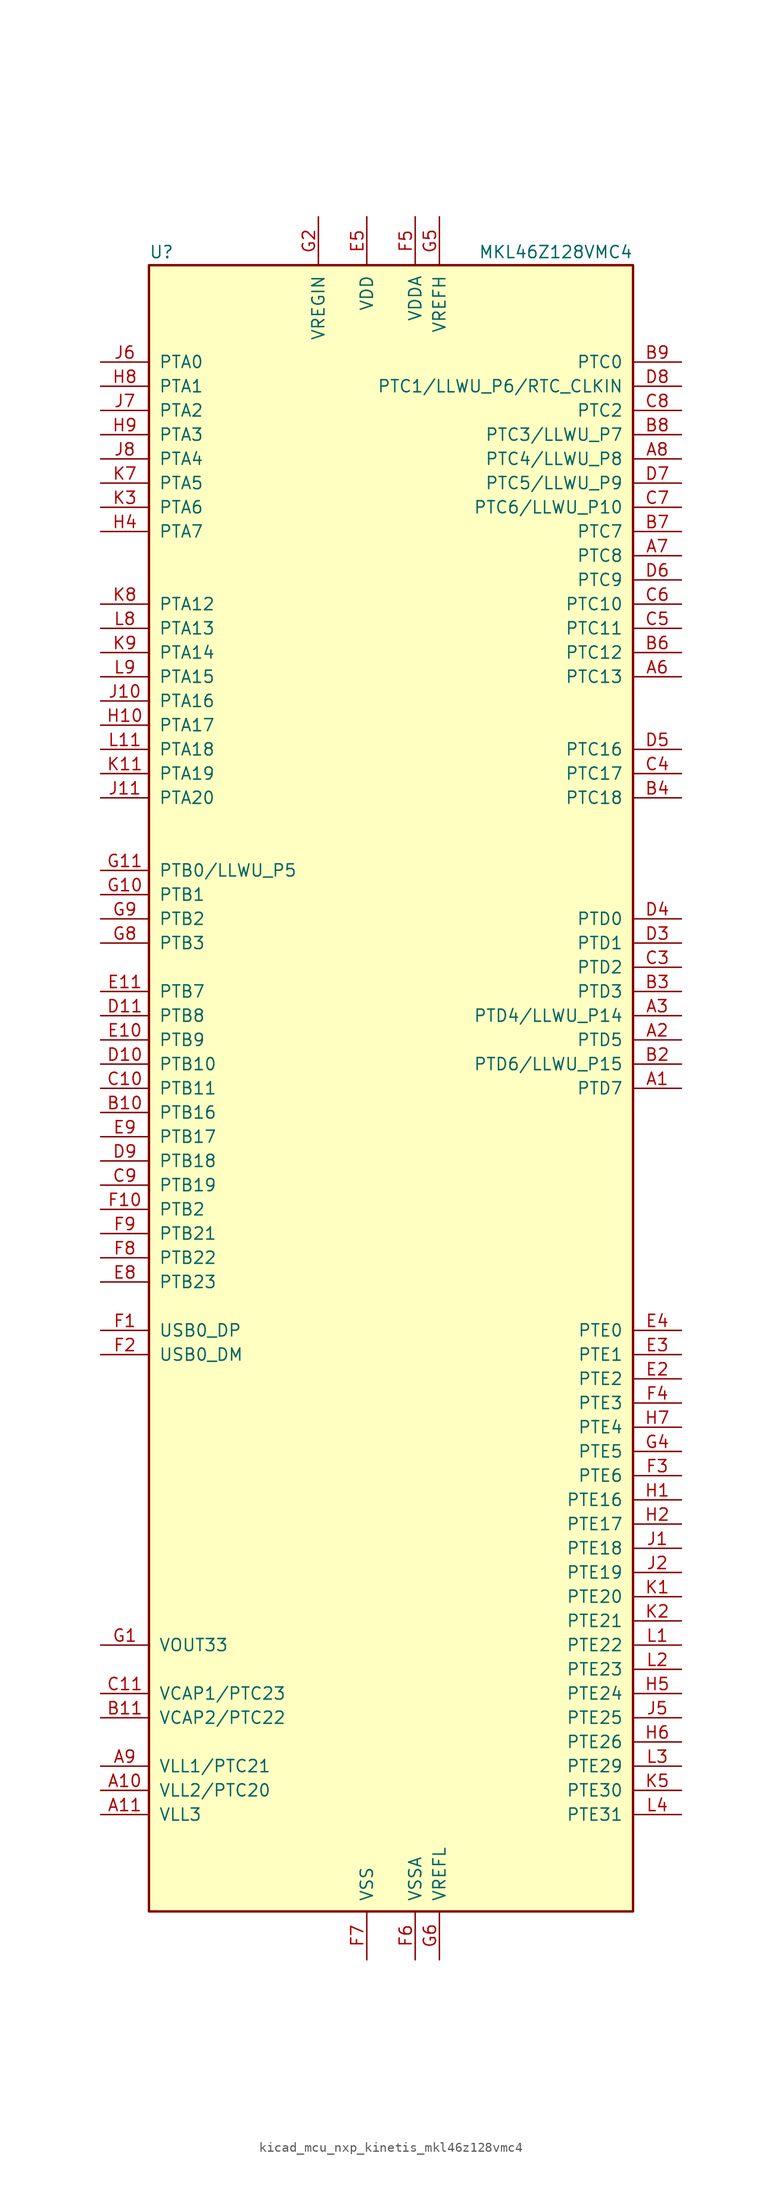
<source format=kicad_sym>
(kicad_symbol_lib
  (version 20220914)
  (generator kicad_symbol_editor)
  (symbol "kicad_mcu_nxp_kinetis_mkl46z128vmc4"
    (pin_names
      (offset 1.016))
    (property "Reference" "U"
      (at -25.4 86.995 0)
      (effects (font (size 1.27 1.27)) (justify left bottom)))
    (property "Value" "MKL46Z128VMC4"
      (at 25.4 86.995 0)
      (effects (font (size 1.27 1.27)) (justify right bottom)))
    (symbol "kicad_mcu_nxp_kinetis_mkl46z128vmc4_0_1"
      (rectangle (start -25.4 86.36) (end 25.4 -86.36) (stroke (width 0.254) (type default)) (fill (type background))))
    (symbol "kicad_mcu_nxp_kinetis_mkl46z128vmc4_1_1"
      (pin bidirectional line (at 30.48 0 180) (length 5.08) (name "PTD7" (effects (font (size 1.27 1.27)))) (number "A1" (effects (font (size 1.27 1.27)))))
      (pin power_out line (at -30.48 -73.66 0) (length 5.08) (name "VLL2/PTC20" (effects (font (size 1.27 1.27)))) (number "A10" (effects (font (size 1.27 1.27)))))
      (pin power_out line (at -30.48 -76.2 0) (length 5.08) (name "VLL3" (effects (font (size 1.27 1.27)))) (number "A11" (effects (font (size 1.27 1.27)))))
      (pin bidirectional line (at 30.48 5.08 180) (length 5.08) (name "PTD5" (effects (font (size 1.27 1.27)))) (number "A2" (effects (font (size 1.27 1.27)))))
      (pin bidirectional line (at 30.48 7.62 180) (length 5.08) (name "PTD4/LLWU_P14" (effects (font (size 1.27 1.27)))) (number "A3" (effects (font (size 1.27 1.27)))))
      (pin no_connect line (at 25.4 27.94 180) (length 5.08) hide (name "NC" (effects (font (size 1.27 1.27)))) (number "A4" (effects (font (size 1.27 1.27)))))
      (pin no_connect line (at 25.4 40.64 180) (length 5.08) hide (name "NC" (effects (font (size 1.27 1.27)))) (number "A5" (effects (font (size 1.27 1.27)))))
      (pin bidirectional line (at 30.48 43.18 180) (length 5.08) (name "PTC13" (effects (font (size 1.27 1.27)))) (number "A6" (effects (font (size 1.27 1.27)))))
      (pin bidirectional line (at 30.48 55.88 180) (length 5.08) (name "PTC8" (effects (font (size 1.27 1.27)))) (number "A7" (effects (font (size 1.27 1.27)))))
      (pin bidirectional line (at 30.48 66.04 180) (length 5.08) (name "PTC4/LLWU_P8" (effects (font (size 1.27 1.27)))) (number "A8" (effects (font (size 1.27 1.27)))))
      (pin power_out line (at -30.48 -71.12 0) (length 5.08) (name "VLL1/PTC21" (effects (font (size 1.27 1.27)))) (number "A9" (effects (font (size 1.27 1.27)))))
      (pin no_connect line (at 25.4 -7.62 180) (length 5.08) hide (name "NC" (effects (font (size 1.27 1.27)))) (number "B1" (effects (font (size 1.27 1.27)))))
      (pin bidirectional line (at -30.48 -2.54 0) (length 5.08) (name "PTB16" (effects (font (size 1.27 1.27)))) (number "B10" (effects (font (size 1.27 1.27)))))
      (pin passive line (at -30.48 -66.04 0) (length 5.08) (name "VCAP2/PTC22" (effects (font (size 1.27 1.27)))) (number "B11" (effects (font (size 1.27 1.27)))))
      (pin bidirectional line (at 30.48 2.54 180) (length 5.08) (name "PTD6/LLWU_P15" (effects (font (size 1.27 1.27)))) (number "B2" (effects (font (size 1.27 1.27)))))
      (pin bidirectional line (at 30.48 10.16 180) (length 5.08) (name "PTD3" (effects (font (size 1.27 1.27)))) (number "B3" (effects (font (size 1.27 1.27)))))
      (pin bidirectional line (at 30.48 30.48 180) (length 5.08) (name "PTC18" (effects (font (size 1.27 1.27)))) (number "B4" (effects (font (size 1.27 1.27)))))
      (pin no_connect line (at 25.4 38.1 180) (length 5.08) hide (name "NC" (effects (font (size 1.27 1.27)))) (number "B5" (effects (font (size 1.27 1.27)))))
      (pin bidirectional line (at 30.48 45.72 180) (length 5.08) (name "PTC12" (effects (font (size 1.27 1.27)))) (number "B6" (effects (font (size 1.27 1.27)))))
      (pin bidirectional line (at 30.48 58.42 180) (length 5.08) (name "PTC7" (effects (font (size 1.27 1.27)))) (number "B7" (effects (font (size 1.27 1.27)))))
      (pin bidirectional line (at 30.48 68.58 180) (length 5.08) (name "PTC3/LLWU_P7" (effects (font (size 1.27 1.27)))) (number "B8" (effects (font (size 1.27 1.27)))))
      (pin bidirectional line (at 30.48 76.2 180) (length 5.08) (name "PTC0" (effects (font (size 1.27 1.27)))) (number "B9" (effects (font (size 1.27 1.27)))))
      (pin no_connect line (at 25.4 -12.7 180) (length 5.08) hide (name "NC" (effects (font (size 1.27 1.27)))) (number "C1" (effects (font (size 1.27 1.27)))))
      (pin bidirectional line (at -30.48 0 0) (length 5.08) (name "PTB11" (effects (font (size 1.27 1.27)))) (number "C10" (effects (font (size 1.27 1.27)))))
      (pin passive line (at -30.48 -63.5 0) (length 5.08) (name "VCAP1/PTC23" (effects (font (size 1.27 1.27)))) (number "C11" (effects (font (size 1.27 1.27)))))
      (pin no_connect line (at 25.4 -10.16 180) (length 5.08) hide (name "NC" (effects (font (size 1.27 1.27)))) (number "C2" (effects (font (size 1.27 1.27)))))
      (pin bidirectional line (at 30.48 12.7 180) (length 5.08) (name "PTD2" (effects (font (size 1.27 1.27)))) (number "C3" (effects (font (size 1.27 1.27)))))
      (pin bidirectional line (at 30.48 33.02 180) (length 5.08) (name "PTC17" (effects (font (size 1.27 1.27)))) (number "C4" (effects (font (size 1.27 1.27)))))
      (pin bidirectional line (at 30.48 48.26 180) (length 5.08) (name "PTC11" (effects (font (size 1.27 1.27)))) (number "C5" (effects (font (size 1.27 1.27)))))
      (pin bidirectional line (at 30.48 50.8 180) (length 5.08) (name "PTC10" (effects (font (size 1.27 1.27)))) (number "C6" (effects (font (size 1.27 1.27)))))
      (pin bidirectional line (at 30.48 60.96 180) (length 5.08) (name "PTC6/LLWU_P10" (effects (font (size 1.27 1.27)))) (number "C7" (effects (font (size 1.27 1.27)))))
      (pin bidirectional line (at 30.48 71.12 180) (length 5.08) (name "PTC2" (effects (font (size 1.27 1.27)))) (number "C8" (effects (font (size 1.27 1.27)))))
      (pin bidirectional line (at -30.48 -10.16 0) (length 5.08) (name "PTB19" (effects (font (size 1.27 1.27)))) (number "C9" (effects (font (size 1.27 1.27)))))
      (pin no_connect line (at 25.4 -17.78 180) (length 5.08) hide (name "NC" (effects (font (size 1.27 1.27)))) (number "D1" (effects (font (size 1.27 1.27)))))
      (pin bidirectional line (at -30.48 2.54 0) (length 5.08) (name "PTB10" (effects (font (size 1.27 1.27)))) (number "D10" (effects (font (size 1.27 1.27)))))
      (pin bidirectional line (at -30.48 7.62 0) (length 5.08) (name "PTB8" (effects (font (size 1.27 1.27)))) (number "D11" (effects (font (size 1.27 1.27)))))
      (pin no_connect line (at 25.4 -15.24 180) (length 5.08) hide (name "NC" (effects (font (size 1.27 1.27)))) (number "D2" (effects (font (size 1.27 1.27)))))
      (pin bidirectional line (at 30.48 15.24 180) (length 5.08) (name "PTD1" (effects (font (size 1.27 1.27)))) (number "D3" (effects (font (size 1.27 1.27)))))
      (pin bidirectional line (at 30.48 17.78 180) (length 5.08) (name "PTD0" (effects (font (size 1.27 1.27)))) (number "D4" (effects (font (size 1.27 1.27)))))
      (pin bidirectional line (at 30.48 35.56 180) (length 5.08) (name "PTC16" (effects (font (size 1.27 1.27)))) (number "D5" (effects (font (size 1.27 1.27)))))
      (pin bidirectional line (at 30.48 53.34 180) (length 5.08) (name "PTC9" (effects (font (size 1.27 1.27)))) (number "D6" (effects (font (size 1.27 1.27)))))
      (pin bidirectional line (at 30.48 63.5 180) (length 5.08) (name "PTC5/LLWU_P9" (effects (font (size 1.27 1.27)))) (number "D7" (effects (font (size 1.27 1.27)))))
      (pin bidirectional line (at 30.48 73.66 180) (length 5.08) (name "PTC1/LLWU_P6/RTC_CLKIN" (effects (font (size 1.27 1.27)))) (number "D8" (effects (font (size 1.27 1.27)))))
      (pin bidirectional line (at -30.48 -7.62 0) (length 5.08) (name "PTB18" (effects (font (size 1.27 1.27)))) (number "D9" (effects (font (size 1.27 1.27)))))
      (pin no_connect line (at 25.4 -20.32 180) (length 5.08) hide (name "NC" (effects (font (size 1.27 1.27)))) (number "E1" (effects (font (size 1.27 1.27)))))
      (pin bidirectional line (at -30.48 5.08 0) (length 5.08) (name "PTB9" (effects (font (size 1.27 1.27)))) (number "E10" (effects (font (size 1.27 1.27)))))
      (pin bidirectional line (at -30.48 10.16 0) (length 5.08) (name "PTB7" (effects (font (size 1.27 1.27)))) (number "E11" (effects (font (size 1.27 1.27)))))
      (pin bidirectional line (at 30.48 -30.48 180) (length 5.08) (name "PTE2" (effects (font (size 1.27 1.27)))) (number "E2" (effects (font (size 1.27 1.27)))))
      (pin bidirectional line (at 30.48 -27.94 180) (length 5.08) (name "PTE1" (effects (font (size 1.27 1.27)))) (number "E3" (effects (font (size 1.27 1.27)))))
      (pin bidirectional line (at 30.48 -25.4 180) (length 5.08) (name "PTE0" (effects (font (size 1.27 1.27)))) (number "E4" (effects (font (size 1.27 1.27)))))
      (pin power_in line (at -2.54 91.44 270) (length 5.08) (name "VDD" (effects (font (size 1.27 1.27)))) (number "E5" (effects (font (size 1.27 1.27)))))
      (pin passive line (at -2.54 91.44 270) (length 5.08) hide (name "VDD" (effects (font (size 1.27 1.27)))) (number "E6" (effects (font (size 1.27 1.27)))))
      (pin passive line (at -2.54 91.44 270) (length 5.08) hide (name "VDD" (effects (font (size 1.27 1.27)))) (number "E7" (effects (font (size 1.27 1.27)))))
      (pin bidirectional line (at -30.48 -20.32 0) (length 5.08) (name "PTB23" (effects (font (size 1.27 1.27)))) (number "E8" (effects (font (size 1.27 1.27)))))
      (pin bidirectional line (at -30.48 -5.08 0) (length 5.08) (name "PTB17" (effects (font (size 1.27 1.27)))) (number "E9" (effects (font (size 1.27 1.27)))))
      (pin bidirectional line (at -30.48 -25.4 0) (length 5.08) (name "USB0_DP" (effects (font (size 1.27 1.27)))) (number "F1" (effects (font (size 1.27 1.27)))))
      (pin bidirectional line (at -30.48 -12.7 0) (length 5.08) (name "PTB2" (effects (font (size 1.27 1.27)))) (number "F10" (effects (font (size 1.27 1.27)))))
      (pin no_connect line (at -25.4 12.7 0) (length 5.08) hide (name "NC" (effects (font (size 1.27 1.27)))) (number "F11" (effects (font (size 1.27 1.27)))))
      (pin bidirectional line (at -30.48 -27.94 0) (length 5.08) (name "USB0_DM" (effects (font (size 1.27 1.27)))) (number "F2" (effects (font (size 1.27 1.27)))))
      (pin bidirectional line (at 30.48 -40.64 180) (length 5.08) (name "PTE6" (effects (font (size 1.27 1.27)))) (number "F3" (effects (font (size 1.27 1.27)))))
      (pin bidirectional line (at 30.48 -33.02 180) (length 5.08) (name "PTE3" (effects (font (size 1.27 1.27)))) (number "F4" (effects (font (size 1.27 1.27)))))
      (pin power_in line (at 2.54 91.44 270) (length 5.08) (name "VDDA" (effects (font (size 1.27 1.27)))) (number "F5" (effects (font (size 1.27 1.27)))))
      (pin power_in line (at 2.54 -91.44 90) (length 5.08) (name "VSSA" (effects (font (size 1.27 1.27)))) (number "F6" (effects (font (size 1.27 1.27)))))
      (pin power_in line (at -2.54 -91.44 90) (length 5.08) (name "VSS" (effects (font (size 1.27 1.27)))) (number "F7" (effects (font (size 1.27 1.27)))))
      (pin bidirectional line (at -30.48 -17.78 0) (length 5.08) (name "PTB22" (effects (font (size 1.27 1.27)))) (number "F8" (effects (font (size 1.27 1.27)))))
      (pin bidirectional line (at -30.48 -15.24 0) (length 5.08) (name "PTB21" (effects (font (size 1.27 1.27)))) (number "F9" (effects (font (size 1.27 1.27)))))
      (pin power_out line (at -30.48 -58.42 0) (length 5.08) (name "VOUT33" (effects (font (size 1.27 1.27)))) (number "G1" (effects (font (size 1.27 1.27)))))
      (pin bidirectional line (at -30.48 20.32 0) (length 5.08) (name "PTB1" (effects (font (size 1.27 1.27)))) (number "G10" (effects (font (size 1.27 1.27)))))
      (pin bidirectional line (at -30.48 22.86 0) (length 5.08) (name "PTB0/LLWU_P5" (effects (font (size 1.27 1.27)))) (number "G11" (effects (font (size 1.27 1.27)))))
      (pin power_in line (at -7.62 91.44 270) (length 5.08) (name "VREGIN" (effects (font (size 1.27 1.27)))) (number "G2" (effects (font (size 1.27 1.27)))))
      (pin passive line (at -2.54 -91.44 90) (length 5.08) hide (name "VSS" (effects (font (size 1.27 1.27)))) (number "G3" (effects (font (size 1.27 1.27)))))
      (pin bidirectional line (at 30.48 -38.1 180) (length 5.08) (name "PTE5" (effects (font (size 1.27 1.27)))) (number "G4" (effects (font (size 1.27 1.27)))))
      (pin power_in line (at 5.08 91.44 270) (length 5.08) (name "VREFH" (effects (font (size 1.27 1.27)))) (number "G5" (effects (font (size 1.27 1.27)))))
      (pin power_in line (at 5.08 -91.44 90) (length 5.08) (name "VREFL" (effects (font (size 1.27 1.27)))) (number "G6" (effects (font (size 1.27 1.27)))))
      (pin passive line (at -2.54 -91.44 90) (length 5.08) hide (name "VSS" (effects (font (size 1.27 1.27)))) (number "G7" (effects (font (size 1.27 1.27)))))
      (pin bidirectional line (at -30.48 15.24 0) (length 5.08) (name "PTB3" (effects (font (size 1.27 1.27)))) (number "G8" (effects (font (size 1.27 1.27)))))
      (pin bidirectional line (at -30.48 17.78 0) (length 5.08) (name "PTB2" (effects (font (size 1.27 1.27)))) (number "G9" (effects (font (size 1.27 1.27)))))
      (pin bidirectional line (at 30.48 -43.18 180) (length 5.08) (name "PTE16" (effects (font (size 1.27 1.27)))) (number "H1" (effects (font (size 1.27 1.27)))))
      (pin bidirectional line (at -30.48 38.1 0) (length 5.08) (name "PTA17" (effects (font (size 1.27 1.27)))) (number "H10" (effects (font (size 1.27 1.27)))))
      (pin no_connect line (at -25.4 27.94 0) (length 5.08) hide (name "NC" (effects (font (size 1.27 1.27)))) (number "H11" (effects (font (size 1.27 1.27)))))
      (pin bidirectional line (at 30.48 -45.72 180) (length 5.08) (name "PTE17" (effects (font (size 1.27 1.27)))) (number "H2" (effects (font (size 1.27 1.27)))))
      (pin no_connect line (at -25.4 -45.72 0) (length 5.08) hide (name "NC" (effects (font (size 1.27 1.27)))) (number "H3" (effects (font (size 1.27 1.27)))))
      (pin bidirectional line (at -30.48 58.42 0) (length 5.08) (name "PTA7" (effects (font (size 1.27 1.27)))) (number "H4" (effects (font (size 1.27 1.27)))))
      (pin bidirectional line (at 30.48 -63.5 180) (length 5.08) (name "PTE24" (effects (font (size 1.27 1.27)))) (number "H5" (effects (font (size 1.27 1.27)))))
      (pin bidirectional line (at 30.48 -68.58 180) (length 5.08) (name "PTE26" (effects (font (size 1.27 1.27)))) (number "H6" (effects (font (size 1.27 1.27)))))
      (pin bidirectional line (at 30.48 -35.56 180) (length 5.08) (name "PTE4" (effects (font (size 1.27 1.27)))) (number "H7" (effects (font (size 1.27 1.27)))))
      (pin bidirectional line (at -30.48 73.66 0) (length 5.08) (name "PTA1" (effects (font (size 1.27 1.27)))) (number "H8" (effects (font (size 1.27 1.27)))))
      (pin bidirectional line (at -30.48 68.58 0) (length 5.08) (name "PTA3" (effects (font (size 1.27 1.27)))) (number "H9" (effects (font (size 1.27 1.27)))))
      (pin bidirectional line (at 30.48 -48.26 180) (length 5.08) (name "PTE18" (effects (font (size 1.27 1.27)))) (number "J1" (effects (font (size 1.27 1.27)))))
      (pin bidirectional line (at -30.48 40.64 0) (length 5.08) (name "PTA16" (effects (font (size 1.27 1.27)))) (number "J10" (effects (font (size 1.27 1.27)))))
      (pin bidirectional line (at -30.48 30.48 0) (length 5.08) (name "PTA20" (effects (font (size 1.27 1.27)))) (number "J11" (effects (font (size 1.27 1.27)))))
      (pin bidirectional line (at 30.48 -50.8 180) (length 5.08) (name "PTE19" (effects (font (size 1.27 1.27)))) (number "J2" (effects (font (size 1.27 1.27)))))
      (pin no_connect line (at -25.4 -48.26 0) (length 5.08) hide (name "NC" (effects (font (size 1.27 1.27)))) (number "J3" (effects (font (size 1.27 1.27)))))
      (pin no_connect line (at -25.4 53.34 0) (length 5.08) hide (name "NC" (effects (font (size 1.27 1.27)))) (number "J4" (effects (font (size 1.27 1.27)))))
      (pin bidirectional line (at 30.48 -66.04 180) (length 5.08) (name "PTE25" (effects (font (size 1.27 1.27)))) (number "J5" (effects (font (size 1.27 1.27)))))
      (pin bidirectional line (at -30.48 76.2 0) (length 5.08) (name "PTA0" (effects (font (size 1.27 1.27)))) (number "J6" (effects (font (size 1.27 1.27)))))
      (pin bidirectional line (at -30.48 71.12 0) (length 5.08) (name "PTA2" (effects (font (size 1.27 1.27)))) (number "J7" (effects (font (size 1.27 1.27)))))
      (pin bidirectional line (at -30.48 66.04 0) (length 5.08) (name "PTA4" (effects (font (size 1.27 1.27)))) (number "J8" (effects (font (size 1.27 1.27)))))
      (pin no_connect line (at -25.4 55.88 0) (length 5.08) hide (name "NC" (effects (font (size 1.27 1.27)))) (number "J9" (effects (font (size 1.27 1.27)))))
      (pin bidirectional line (at 30.48 -53.34 180) (length 5.08) (name "PTE20" (effects (font (size 1.27 1.27)))) (number "K1" (effects (font (size 1.27 1.27)))))
      (pin passive line (at -2.54 -91.44 90) (length 5.08) hide (name "VSS" (effects (font (size 1.27 1.27)))) (number "K10" (effects (font (size 1.27 1.27)))))
      (pin bidirectional line (at -30.48 33.02 0) (length 5.08) (name "PTA19" (effects (font (size 1.27 1.27)))) (number "K11" (effects (font (size 1.27 1.27)))))
      (pin bidirectional line (at 30.48 -55.88 180) (length 5.08) (name "PTE21" (effects (font (size 1.27 1.27)))) (number "K2" (effects (font (size 1.27 1.27)))))
      (pin bidirectional line (at -30.48 60.96 0) (length 5.08) (name "PTA6" (effects (font (size 1.27 1.27)))) (number "K3" (effects (font (size 1.27 1.27)))))
      (pin no_connect line (at -25.4 -50.8 0) (length 5.08) hide (name "NC" (effects (font (size 1.27 1.27)))) (number "K4" (effects (font (size 1.27 1.27)))))
      (pin bidirectional line (at 30.48 -73.66 180) (length 5.08) (name "PTE30" (effects (font (size 1.27 1.27)))) (number "K5" (effects (font (size 1.27 1.27)))))
      (pin passive line (at -2.54 91.44 270) (length 5.08) hide (name "VDD" (effects (font (size 1.27 1.27)))) (number "K6" (effects (font (size 1.27 1.27)))))
      (pin bidirectional line (at -30.48 63.5 0) (length 5.08) (name "PTA5" (effects (font (size 1.27 1.27)))) (number "K7" (effects (font (size 1.27 1.27)))))
      (pin bidirectional line (at -30.48 50.8 0) (length 5.08) (name "PTA12" (effects (font (size 1.27 1.27)))) (number "K8" (effects (font (size 1.27 1.27)))))
      (pin bidirectional line (at -30.48 45.72 0) (length 5.08) (name "PTA14" (effects (font (size 1.27 1.27)))) (number "K9" (effects (font (size 1.27 1.27)))))
      (pin bidirectional line (at 30.48 -58.42 180) (length 5.08) (name "PTE22" (effects (font (size 1.27 1.27)))) (number "L1" (effects (font (size 1.27 1.27)))))
      (pin passive line (at -2.54 91.44 270) (length 5.08) hide (name "VDD" (effects (font (size 1.27 1.27)))) (number "L10" (effects (font (size 1.27 1.27)))))
      (pin bidirectional line (at -30.48 35.56 0) (length 5.08) (name "PTA18" (effects (font (size 1.27 1.27)))) (number "L11" (effects (font (size 1.27 1.27)))))
      (pin bidirectional line (at 30.48 -60.96 180) (length 5.08) (name "PTE23" (effects (font (size 1.27 1.27)))) (number "L2" (effects (font (size 1.27 1.27)))))
      (pin bidirectional line (at 30.48 -71.12 180) (length 5.08) (name "PTE29" (effects (font (size 1.27 1.27)))) (number "L3" (effects (font (size 1.27 1.27)))))
      (pin bidirectional line (at 30.48 -76.2 180) (length 5.08) (name "PTE31" (effects (font (size 1.27 1.27)))) (number "L4" (effects (font (size 1.27 1.27)))))
      (pin passive line (at -2.54 -91.44 90) (length 5.08) hide (name "VSS" (effects (font (size 1.27 1.27)))) (number "L5" (effects (font (size 1.27 1.27)))))
      (pin passive line (at -2.54 -91.44 90) (length 5.08) hide (name "VSS" (effects (font (size 1.27 1.27)))) (number "L6" (effects (font (size 1.27 1.27)))))
      (pin no_connect line (at -25.4 -53.34 0) (length 5.08) hide (name "NC" (effects (font (size 1.27 1.27)))) (number "L7" (effects (font (size 1.27 1.27)))))
      (pin bidirectional line (at -30.48 48.26 0) (length 5.08) (name "PTA13" (effects (font (size 1.27 1.27)))) (number "L8" (effects (font (size 1.27 1.27)))))
      (pin bidirectional line (at -30.48 43.18 0) (length 5.08) (name "PTA15" (effects (font (size 1.27 1.27)))) (number "L9" (effects (font (size 1.27 1.27))))))))
</source>
